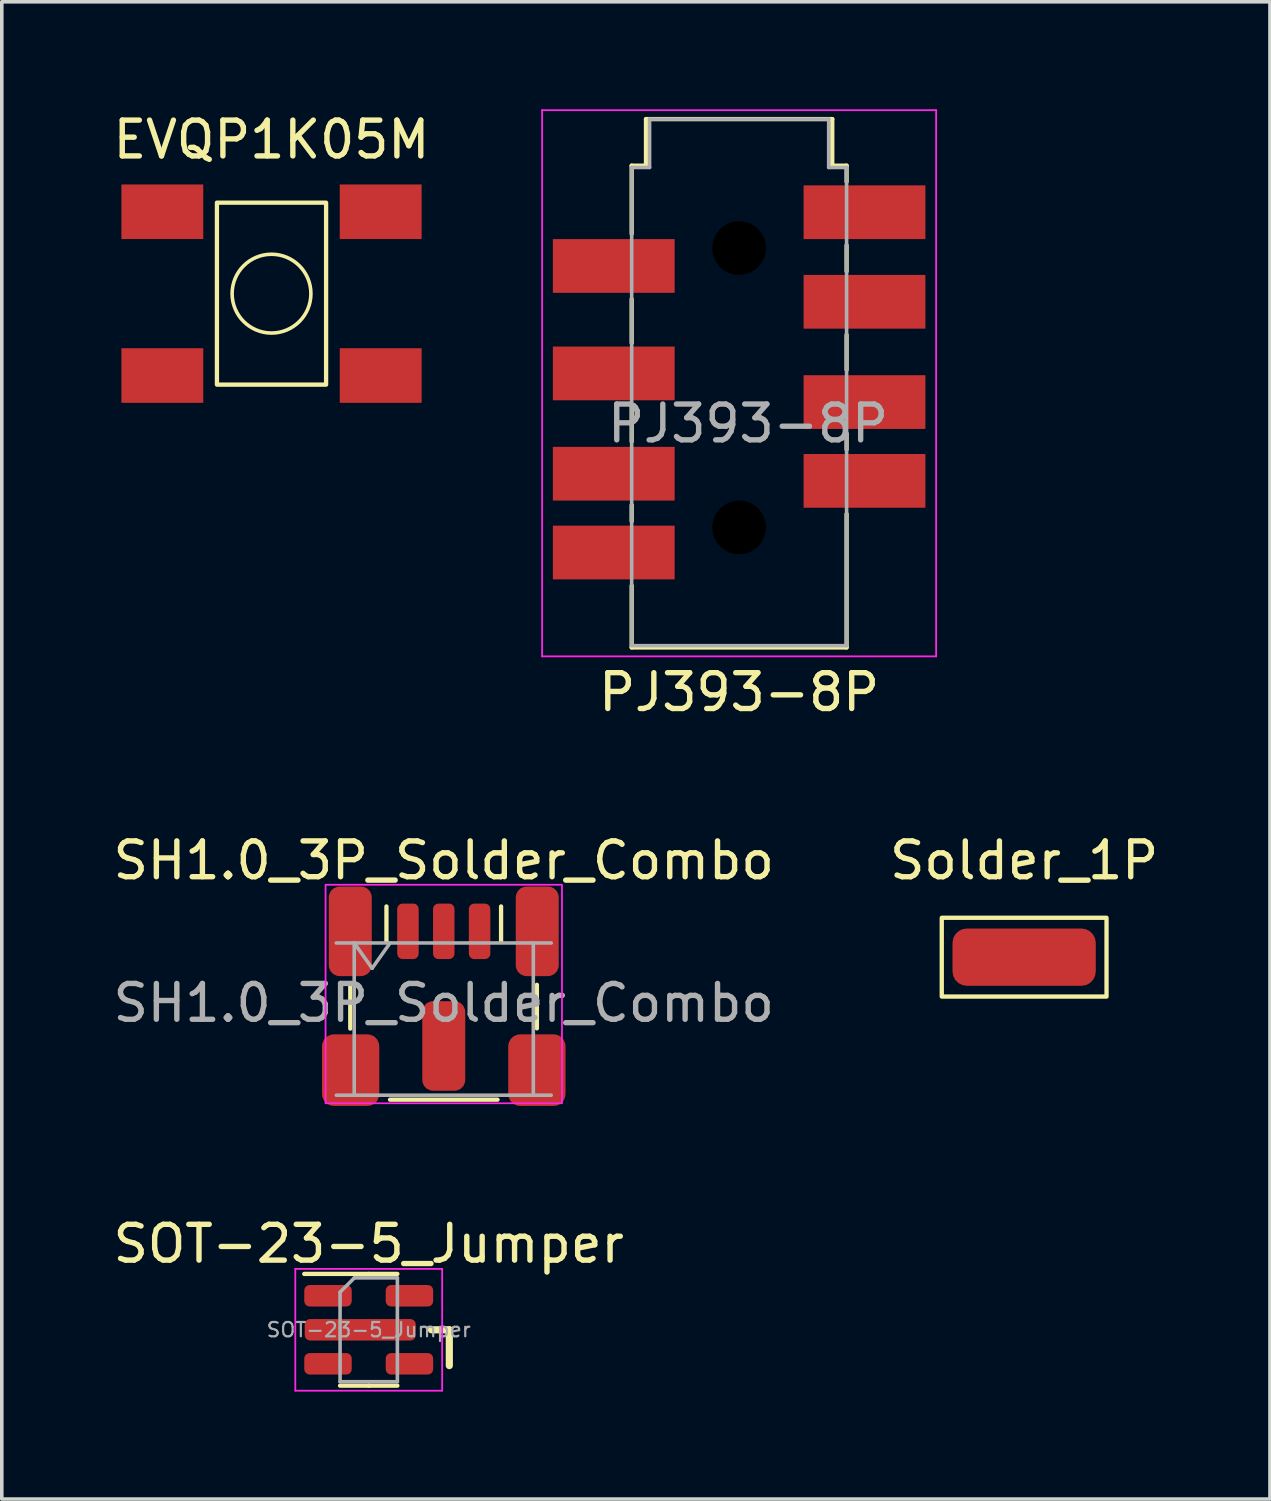
<source format=kicad_pcb>
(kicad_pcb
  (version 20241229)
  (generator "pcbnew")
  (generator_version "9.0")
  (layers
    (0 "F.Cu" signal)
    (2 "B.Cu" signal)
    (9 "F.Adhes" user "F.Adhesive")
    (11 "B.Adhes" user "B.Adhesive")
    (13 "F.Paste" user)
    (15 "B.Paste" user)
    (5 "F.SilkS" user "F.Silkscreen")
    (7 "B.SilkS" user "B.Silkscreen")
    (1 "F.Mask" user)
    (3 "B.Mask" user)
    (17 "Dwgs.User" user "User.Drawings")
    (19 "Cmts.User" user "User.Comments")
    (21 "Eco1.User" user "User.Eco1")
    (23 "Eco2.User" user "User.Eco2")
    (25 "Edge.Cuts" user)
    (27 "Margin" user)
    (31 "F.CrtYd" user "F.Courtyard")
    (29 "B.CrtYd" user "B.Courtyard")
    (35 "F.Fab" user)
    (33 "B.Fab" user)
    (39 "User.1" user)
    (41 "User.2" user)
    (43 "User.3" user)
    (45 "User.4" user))
  (footprint "EVQP1K05M"
    (layer "F.Cu")
    (at 4.53 5.148)
    (property "Reference" "EVQP1K05M" (at 0 -4.3 0) (layer "F.SilkS") (effects (font (size 1 1) (thickness 0.15))))
    (attr smd)
    (fp_rect (start -1.524 -2.54) (end 1.524 2.54) (stroke (width 0.12) (type solid)) (fill no) (layer "F.SilkS"))
    (fp_circle (center 0 0) (end 1.1 0) (stroke (width 0.1) (type solid)) (fill no) (layer "F.SilkS"))
    (pad "1" smd rect (at -3.048 -2.286 180) (size 2.286 1.524) (layers "F.Cu" "F.Mask" "F.Paste"))
    (pad "2" smd rect (at 3.048 -2.286 180) (size 2.286 1.524) (layers "F.Cu" "F.Mask" "F.Paste"))
    (pad "3" smd rect (at -3.048 2.286 180) (size 2.286 1.524) (layers "F.Cu" "F.Mask" "F.Paste"))
    (pad "4" smd rect (at 3.048 2.286 180) (size 2.286 1.524) (layers "F.Cu" "F.Mask" "F.Paste")))
  (footprint "SH1.0_3P_Solder_Combo"
    (layer "F.Cu")
    (at 9.339 24.951)
    (property "Reference" "SH1.0_3P_Solder_Combo" (at 0 -3.98 0) (layer "F.SilkS") (effects (font (size 1 1) (thickness 0.15))))
    (attr smd)
    (fp_line (start -2.61 0.715) (end -2.61 -0.5) (stroke (width 0.12) (type solid)) (layer "F.SilkS"))
    (fp_line (start -1.6 -1.705) (end -1.6 -2.695) (stroke (width 0.12) (type solid)) (layer "F.SilkS"))
    (fp_line (start -1.5 2.7) (end 1.5 2.7) (stroke (width 0.12) (type solid)) (layer "F.SilkS"))
    (fp_line (start 1.6 -1.705) (end 1.6 -2.695) (stroke (width 0.12) (type solid)) (layer "F.SilkS"))
    (fp_line (start 2.6 0.708) (end 2.6 -0.507) (stroke (width 0.12) (type solid)) (layer "F.SilkS"))
    (fp_rect (start -3.3 -3.3) (end 3.3 2.8) (stroke (width 0.05) (type default)) (fill no) (layer "F.CrtYd"))
    (fp_line (start -3 -1.675) (end 3 -1.675) (stroke (width 0.1) (type solid)) (layer "F.Fab"))
    (fp_line (start -3 2.575) (end 3 2.575) (stroke (width 0.1) (type solid)) (layer "F.Fab"))
    (fp_line (start -2.5 -1.675) (end -2.5 2.575) (stroke (width 0.1) (type solid)) (layer "F.Fab"))
    (fp_line (start -2.5 -1.675) (end -2 -0.968) (stroke (width 0.1) (type solid)) (layer "F.Fab"))
    (fp_line (start -2 -0.968) (end -1.5 -1.675) (stroke (width 0.1) (type solid)) (layer "F.Fab"))
    (fp_line (start 2.5 -1.675) (end 2.5 2.575) (stroke (width 0.1) (type solid)) (layer "F.Fab"))
    (fp_text user "${REFERENCE}" (at 0 0 0) (layer "F.Fab") (effects (font (size 1 1) (thickness 0.15))))
    (pad "1" smd roundrect (at -2.61 -2) (size 1.2 2.5) (layers "F.Cu" "F.Mask" "F.Paste") (roundrect_rratio 0.25))
    (pad "1" smd roundrect (at -1 -2) (size 0.6 1.55) (layers "F.Cu" "F.Mask" "F.Paste") (roundrect_rratio 0.25))
    (pad "2" smd roundrect (at 0 -2) (size 0.6 1.55) (layers "F.Cu" "F.Mask" "F.Paste") (roundrect_rratio 0.25))
    (pad "2" smd roundrect (at 0 1.2) (size 1.2 2.5) (layers "F.Cu" "F.Mask" "F.Paste") (roundrect_rratio 0.25))
    (pad "3" smd roundrect (at 1 -2) (size 0.6 1.55) (layers "F.Cu" "F.Mask" "F.Paste") (roundrect_rratio 0.25))
    (pad "3" smd roundrect (at 2.61 -2) (size 1.2 2.5) (layers "F.Cu" "F.Mask" "F.Paste") (roundrect_rratio 0.25))
    (pad "MP" smd roundrect (at -2.6 1.875) (size 1.6 2) (layers "F.Cu" "F.Mask" "F.Paste") (roundrect_rratio 0.208))
    (pad "MP" smd roundrect (at 2.6 1.875) (size 1.6 2) (layers "F.Cu" "F.Mask" "F.Paste") (roundrect_rratio 0.208)))
  (footprint "SOT-23-5_Jumper"
    (layer "F.Cu")
    (at 7.244 34.075)
    (property "Reference" "SOT-23-5_Jumper" (at 0 -2.4 0) (layer "F.SilkS") (effects (font (size 1 1) (thickness 0.15))))
    (attr smd)
    (fp_line (start 0 -1.56) (end -1.8 -1.56) (stroke (width 0.12) (type solid)) (layer "F.SilkS"))
    (fp_line (start 0 -1.56) (end 0.8 -1.56) (stroke (width 0.12) (type solid)) (layer "F.SilkS"))
    (fp_line (start 0 1.56) (end -0.8 1.56) (stroke (width 0.12) (type solid)) (layer "F.SilkS"))
    (fp_line (start 0 1.56) (end 0.8 1.56) (stroke (width 0.12) (type solid)) (layer "F.SilkS"))
    (fp_line (start 1.75 0) (end 2.25 0) (stroke (width 0.2) (type solid)) (layer "F.SilkS"))
    (fp_line (start 2.25 1) (end 2.25 0) (stroke (width 0.2) (type solid)) (layer "F.SilkS"))
    (fp_line (start -2.05 -1.7) (end -2.05 1.7) (stroke (width 0.05) (type solid)) (layer "F.CrtYd"))
    (fp_line (start -2.05 1.7) (end 2.05 1.7) (stroke (width 0.05) (type solid)) (layer "F.CrtYd"))
    (fp_line (start 2.05 -1.7) (end -2.05 -1.7) (stroke (width 0.05) (type solid)) (layer "F.CrtYd"))
    (fp_line (start 2.05 1.7) (end 2.05 -1.7) (stroke (width 0.05) (type solid)) (layer "F.CrtYd"))
    (fp_line (start -0.8 -1.05) (end -0.4 -1.45) (stroke (width 0.1) (type solid)) (layer "F.Fab"))
    (fp_line (start -0.8 1.45) (end -0.8 -1.05) (stroke (width 0.1) (type solid)) (layer "F.Fab"))
    (fp_line (start -0.4 -1.45) (end 0.8 -1.45) (stroke (width 0.1) (type solid)) (layer "F.Fab"))
    (fp_line (start 0.8 -1.45) (end 0.8 1.45) (stroke (width 0.1) (type solid)) (layer "F.Fab"))
    (fp_line (start 0.8 1.45) (end -0.8 1.45) (stroke (width 0.1) (type solid)) (layer "F.Fab"))
    (fp_text user "${REFERENCE}" (at 0 0 0) (layer "F.Fab") (effects (font (size 0.4 0.4) (thickness 0.06))))
    (pad "1" smd roundrect (at -1.137 -0.95) (size 1.325 0.6) (layers "F.Cu" "F.Mask" "F.Paste") (roundrect_rratio 0.25))
    (pad "2" smd roundrect (at -0.237 0) (size 3.1 0.6) (layers "F.Cu" "F.Mask" "F.Paste") (roundrect_rratio 0.25))
    (pad "3" smd roundrect (at -1.137 0.95) (size 1.325 0.6) (layers "F.Cu" "F.Mask" "F.Paste") (roundrect_rratio 0.25))
    (pad "4" smd roundrect (at 1.137 0.95) (size 1.325 0.6) (layers "F.Cu" "F.Mask" "F.Paste") (roundrect_rratio 0.25))
    (pad "5" smd roundrect (at 1.137 -0.95) (size 1.325 0.6) (layers "F.Cu" "F.Mask" "F.Paste") (roundrect_rratio 0.25)))
  (footprint "Solder_1P"
    (layer "F.Cu")
    (at 25.542 23.672)
    (property "Reference" "Solder_1P" (at 0 -2.7 0) (layer "F.SilkS") (effects (font (size 1 1) (thickness 0.15))))
    (attr smd)
    (fp_rect (start -2.3 -1.1) (end 2.3 1.1) (stroke (width 0.12) (type solid)) (fill no) (layer "F.SilkS"))
    (pad "1" smd roundrect (at 0 0) (size 4 1.6) (layers "F.Cu" "F.Mask" "F.Paste") (roundrect_rratio 0.25)))
  (footprint "PJ393-8P"
    (layer "F.Cu")
    (at 17.585 8.775)
    (property "Reference" "PJ393-8P" (at 0 7.5 0) (layer "F.SilkS") (effects (font (size 1 1) (thickness 0.15))))
    (attr smd)
    (fp_line (start -3 -7.2) (end -2.6 -7.2) (stroke (width 0.12) (type solid)) (layer "F.SilkS"))
    (fp_line (start -3 -5.3) (end -3 -7.2) (stroke (width 0.12) (type solid)) (layer "F.SilkS"))
    (fp_line (start -3 -3.475) (end -3 -2.25) (stroke (width 0.12) (type solid)) (layer "F.SilkS"))
    (fp_line (start -3 -0.475) (end -3 0.5) (stroke (width 0.12) (type solid)) (layer "F.SilkS"))
    (fp_line (start -3 2.275) (end -3 2.725) (stroke (width 0.12) (type solid)) (layer "F.SilkS"))
    (fp_line (start -3 4.525) (end -3 6.25) (stroke (width 0.12) (type solid)) (layer "F.SilkS"))
    (fp_line (start -3 6.25) (end 3 6.25) (stroke (width 0.12) (type solid)) (layer "F.SilkS"))
    (fp_line (start -2.6 -8.5) (end 2.6 -8.5) (stroke (width 0.12) (type solid)) (layer "F.SilkS"))
    (fp_line (start -2.6 -7.2) (end -2.6 -8.5) (stroke (width 0.12) (type solid)) (layer "F.SilkS"))
    (fp_line (start 2.6 -8.5) (end 2.6 -7.2) (stroke (width 0.12) (type solid)) (layer "F.SilkS"))
    (fp_line (start 2.6 -7.2) (end 3 -7.2) (stroke (width 0.12) (type solid)) (layer "F.SilkS"))
    (fp_line (start 3 -7.2) (end 3 -6.75) (stroke (width 0.12) (type solid)) (layer "F.SilkS"))
    (fp_line (start 3 -4.975) (end 3 -4.25) (stroke (width 0.12) (type solid)) (layer "F.SilkS"))
    (fp_line (start 3 -2.475) (end 3 -1.5) (stroke (width 0.12) (type solid)) (layer "F.SilkS"))
    (fp_line (start 3 0.275) (end 3 0.725) (stroke (width 0.12) (type solid)) (layer "F.SilkS"))
    (fp_line (start 3 2.525) (end 3 6.25) (stroke (width 0.12) (type solid)) (layer "F.SilkS"))
    (fp_line (start -5.5 -8.75) (end -5.5 6.5) (stroke (width 0.05) (type solid)) (layer "F.CrtYd"))
    (fp_line (start -5.5 -8.75) (end 5.5 -8.75) (stroke (width 0.05) (type solid)) (layer "F.CrtYd"))
    (fp_line (start 5.5 6.5) (end -5.5 6.5) (stroke (width 0.05) (type solid)) (layer "F.CrtYd"))
    (fp_line (start 5.5 6.5) (end 5.5 -8.75) (stroke (width 0.05) (type solid)) (layer "F.CrtYd"))
    (fp_line (start -3 -7.15) (end -3 6.2) (stroke (width 0.1) (type solid)) (layer "F.Fab"))
    (fp_line (start -2.5 -8.5) (end -2.5 -7.15) (stroke (width 0.1) (type solid)) (layer "F.Fab"))
    (fp_line (start -2.5 -7.15) (end -3 -7.15) (stroke (width 0.1) (type solid)) (layer "F.Fab"))
    (fp_line (start 2.5 -8.5) (end -2.5 -8.5) (stroke (width 0.1) (type solid)) (layer "F.Fab"))
    (fp_line (start 2.5 -7.15) (end 2.5 -8.5) (stroke (width 0.1) (type solid)) (layer "F.Fab"))
    (fp_line (start 2.5 -7.15) (end 3 -7.15) (stroke (width 0.1) (type solid)) (layer "F.Fab"))
    (fp_line (start 3 -7.15) (end 3 6.2) (stroke (width 0.1) (type solid)) (layer "F.Fab"))
    (fp_line (start 3 6.2) (end -3 6.2) (stroke (width 0.1) (type solid)) (layer "F.Fab"))
    (fp_text user "${REFERENCE}" (at 0.25 0 0) (layer "F.Fab") (effects (font (size 1 1) (thickness 0.15))))
    (pad "" np_thru_hole circle (at 0 -4.9) (size 1.6 1.6) (drill 1.5) (layers "*.Mask"))
    (pad "" np_thru_hole circle (at 0 2.9) (size 1.6 1.6) (drill 1.5) (layers "*.Mask"))
    (pad "R1" smd rect (at -3.5 1.4) (size 3.4 1.5) (layers "F.Cu" "F.Mask" "F.Paste"))
    (pad "R1" smd rect (at 3.5 -0.6) (size 3.4 1.5) (layers "F.Cu" "F.Mask" "F.Paste"))
    (pad "R2" smd rect (at -3.5 -1.4) (size 3.4 1.5) (layers "F.Cu" "F.Mask" "F.Paste"))
    (pad "R2" smd rect (at 3.5 -3.4) (size 3.4 1.5) (layers "F.Cu" "F.Mask" "F.Paste"))
    (pad "S" smd rect (at -3.5 -4.4) (size 3.4 1.5) (layers "F.Cu" "F.Mask" "F.Paste"))
    (pad "S" smd rect (at 3.5 -5.9) (size 3.4 1.5) (layers "F.Cu" "F.Mask" "F.Paste"))
    (pad "T" smd rect (at -3.5 3.6) (size 3.4 1.5) (layers "F.Cu" "F.Mask" "F.Paste"))
    (pad "T" smd rect (at 3.5 1.6) (size 3.4 1.5) (layers "F.Cu" "F.Mask" "F.Paste")))
  (gr_rect
    (start -3 -3)
    (end 32.405 38.8)
    (stroke (width 0.1) (type default))
    (fill no)
    (layer "Edge.Cuts")))
</source>
